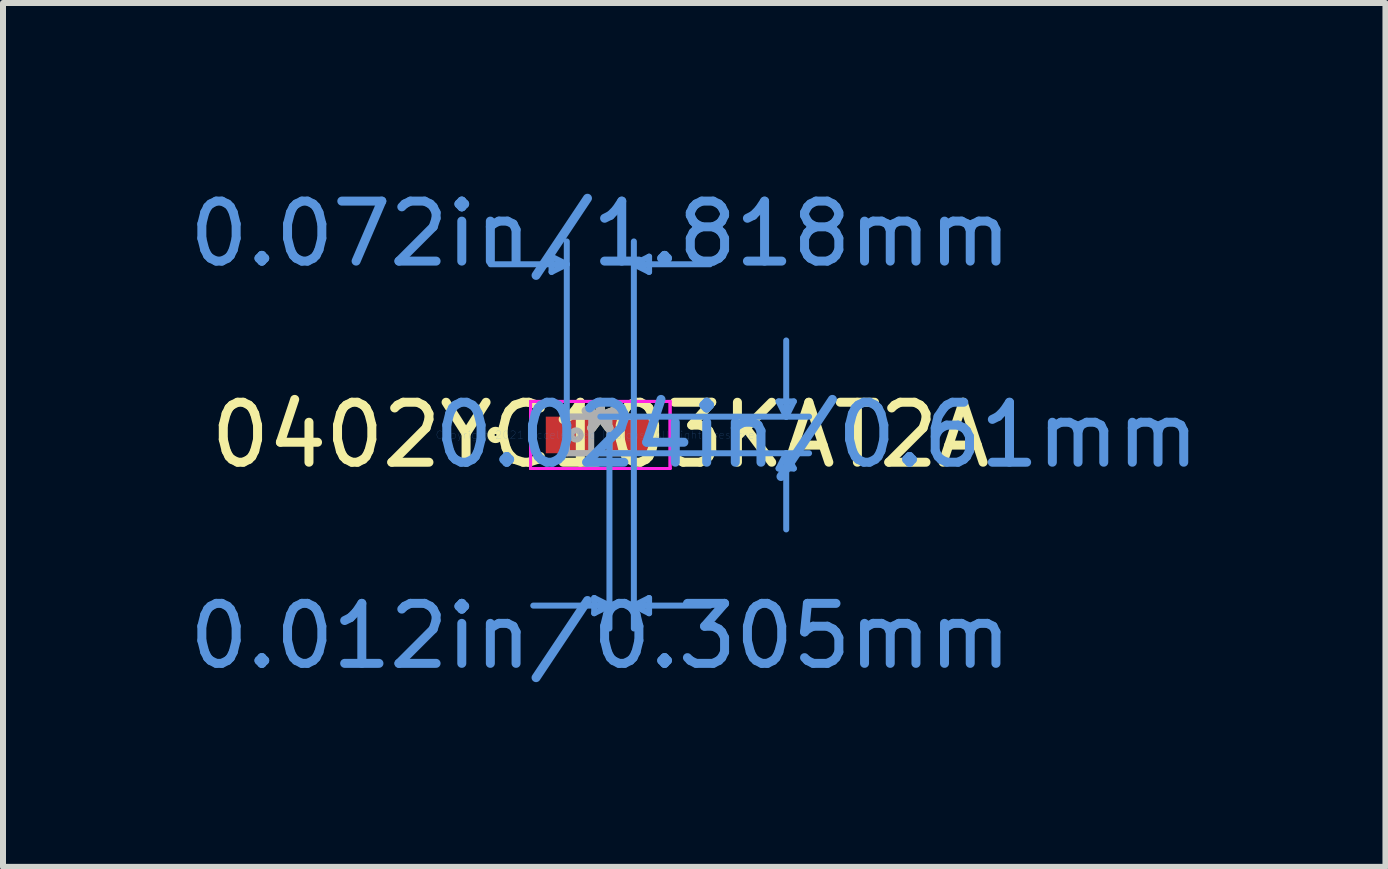
<source format=kicad_pcb>
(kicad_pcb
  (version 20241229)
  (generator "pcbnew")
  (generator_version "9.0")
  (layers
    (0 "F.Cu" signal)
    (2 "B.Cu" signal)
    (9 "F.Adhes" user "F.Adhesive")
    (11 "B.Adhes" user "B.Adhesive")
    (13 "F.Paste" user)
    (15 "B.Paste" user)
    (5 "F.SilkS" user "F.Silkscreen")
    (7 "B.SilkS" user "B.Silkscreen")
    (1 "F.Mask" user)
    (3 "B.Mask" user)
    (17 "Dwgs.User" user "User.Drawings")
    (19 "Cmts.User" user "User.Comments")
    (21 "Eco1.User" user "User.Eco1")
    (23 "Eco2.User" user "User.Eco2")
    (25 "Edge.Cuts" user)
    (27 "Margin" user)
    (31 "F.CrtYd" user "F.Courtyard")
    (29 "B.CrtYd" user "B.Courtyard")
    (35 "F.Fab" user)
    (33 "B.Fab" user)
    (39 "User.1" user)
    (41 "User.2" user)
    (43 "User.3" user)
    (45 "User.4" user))
  (footprint "0402YC103KAT2A"
    (layer "F.Cu")
    (at 6.958 4.201)
    (property "Reference" "0402YC103KAT2A" (at 0 0 0) (layer "F.SilkS") (effects (font (size 1 1) (thickness 0.15))))
    (attr through_hole)
    (fp_circle (center -1.747 0) (end -1.671 0) (stroke (width 0.12) (type solid)) (fill no) (layer "F.SilkS"))
    (fp_line (start -0.813 -2.972) (end -0.813 -2.718) (stroke (width 0.1) (type solid)) (layer "Cmts.User"))
    (fp_line (start -0.559 -2.845) (end -1.829 -2.845) (stroke (width 0.1) (type solid)) (layer "Cmts.User"))
    (fp_line (start -0.559 -2.845) (end -0.813 -2.972) (stroke (width 0.1) (type solid)) (layer "Cmts.User"))
    (fp_line (start -0.559 -2.845) (end -0.813 -2.718) (stroke (width 0.1) (type solid)) (layer "Cmts.User"))
    (fp_line (start -0.559 0) (end -0.559 -3.226) (stroke (width 0.1) (type solid)) (layer "Cmts.User"))
    (fp_line (start -0.102 2.718) (end -0.102 2.972) (stroke (width 0.1) (type solid)) (layer "Cmts.User"))
    (fp_line (start 0 -0.305) (end 3.48 -0.305) (stroke (width 0.1) (type solid)) (layer "Cmts.User"))
    (fp_line (start 0 0.305) (end 3.48 0.305) (stroke (width 0.1) (type solid)) (layer "Cmts.User"))
    (fp_line (start 0.152 0) (end 0.152 3.226) (stroke (width 0.1) (type solid)) (layer "Cmts.User"))
    (fp_line (start 0.152 2.845) (end -1.118 2.845) (stroke (width 0.1) (type solid)) (layer "Cmts.User"))
    (fp_line (start 0.152 2.845) (end -0.102 2.718) (stroke (width 0.1) (type solid)) (layer "Cmts.User"))
    (fp_line (start 0.152 2.845) (end -0.102 2.972) (stroke (width 0.1) (type solid)) (layer "Cmts.User"))
    (fp_line (start 0.559 -2.845) (end 0.813 -2.972) (stroke (width 0.1) (type solid)) (layer "Cmts.User"))
    (fp_line (start 0.559 -2.845) (end 0.813 -2.718) (stroke (width 0.1) (type solid)) (layer "Cmts.User"))
    (fp_line (start 0.559 -2.845) (end 1.829 -2.845) (stroke (width 0.1) (type solid)) (layer "Cmts.User"))
    (fp_line (start 0.559 0) (end 0.559 -3.226) (stroke (width 0.1) (type solid)) (layer "Cmts.User"))
    (fp_line (start 0.559 0) (end 0.559 3.226) (stroke (width 0.1) (type solid)) (layer "Cmts.User"))
    (fp_line (start 0.559 2.845) (end 0.813 2.718) (stroke (width 0.1) (type solid)) (layer "Cmts.User"))
    (fp_line (start 0.559 2.845) (end 0.813 2.972) (stroke (width 0.1) (type solid)) (layer "Cmts.User"))
    (fp_line (start 0.559 2.845) (end 1.829 2.845) (stroke (width 0.1) (type solid)) (layer "Cmts.User"))
    (fp_line (start 0.813 -2.972) (end 0.813 -2.718) (stroke (width 0.1) (type solid)) (layer "Cmts.User"))
    (fp_line (start 0.813 2.718) (end 0.813 2.972) (stroke (width 0.1) (type solid)) (layer "Cmts.User"))
    (fp_line (start 2.972 -0.559) (end 3.226 -0.559) (stroke (width 0.1) (type solid)) (layer "Cmts.User"))
    (fp_line (start 2.972 0.559) (end 3.226 0.559) (stroke (width 0.1) (type solid)) (layer "Cmts.User"))
    (fp_line (start 3.099 -0.305) (end 2.972 -0.559) (stroke (width 0.1) (type solid)) (layer "Cmts.User"))
    (fp_line (start 3.099 -0.305) (end 3.099 -1.575) (stroke (width 0.1) (type solid)) (layer "Cmts.User"))
    (fp_line (start 3.099 -0.305) (end 3.226 -0.559) (stroke (width 0.1) (type solid)) (layer "Cmts.User"))
    (fp_line (start 3.099 0.305) (end 2.972 0.559) (stroke (width 0.1) (type solid)) (layer "Cmts.User"))
    (fp_line (start 3.099 0.305) (end 3.099 1.575) (stroke (width 0.1) (type solid)) (layer "Cmts.User"))
    (fp_line (start 3.099 0.305) (end 3.226 0.559) (stroke (width 0.1) (type solid)) (layer "Cmts.User"))
    (fp_line (start -1.163 -0.559) (end 1.163 -0.559) (stroke (width 0.05) (type solid)) (layer "F.CrtYd"))
    (fp_line (start -1.163 -0.559) (end 1.163 -0.559) (stroke (width 0.05) (type solid)) (layer "F.CrtYd"))
    (fp_line (start -1.163 0.559) (end -1.163 -0.559) (stroke (width 0.05) (type solid)) (layer "F.CrtYd"))
    (fp_line (start -1.163 0.559) (end -1.163 -0.559) (stroke (width 0.05) (type solid)) (layer "F.CrtYd"))
    (fp_line (start 1.163 -0.559) (end 1.163 0.559) (stroke (width 0.05) (type solid)) (layer "F.CrtYd"))
    (fp_line (start 1.163 -0.559) (end 1.163 0.559) (stroke (width 0.05) (type solid)) (layer "F.CrtYd"))
    (fp_line (start 1.163 0.559) (end -1.163 0.559) (stroke (width 0.05) (type solid)) (layer "F.CrtYd"))
    (fp_line (start 1.163 0.559) (end -1.163 0.559) (stroke (width 0.05) (type solid)) (layer "F.CrtYd"))
    (fp_line (start -0.559 -0.305) (end -0.559 0.305) (stroke (width 0.1) (type solid)) (layer "F.Fab"))
    (fp_line (start -0.559 -0.305) (end -0.559 0.305) (stroke (width 0.1) (type solid)) (layer "F.Fab"))
    (fp_line (start -0.559 0.305) (end -0.152 0.305) (stroke (width 0.1) (type solid)) (layer "F.Fab"))
    (fp_line (start -0.559 0.305) (end 0.559 0.305) (stroke (width 0.1) (type solid)) (layer "F.Fab"))
    (fp_line (start -0.152 -0.305) (end -0.559 -0.305) (stroke (width 0.1) (type solid)) (layer "F.Fab"))
    (fp_line (start -0.152 0.305) (end -0.152 -0.305) (stroke (width 0.1) (type solid)) (layer "F.Fab"))
    (fp_line (start 0.152 -0.305) (end 0.152 0.305) (stroke (width 0.1) (type solid)) (layer "F.Fab"))
    (fp_line (start 0.152 0.305) (end 0.559 0.305) (stroke (width 0.1) (type solid)) (layer "F.Fab"))
    (fp_line (start 0.559 -0.305) (end -0.559 -0.305) (stroke (width 0.1) (type solid)) (layer "F.Fab"))
    (fp_line (start 0.559 -0.305) (end 0.152 -0.305) (stroke (width 0.1) (type solid)) (layer "F.Fab"))
    (fp_line (start 0.559 0.305) (end 0.559 -0.305) (stroke (width 0.1) (type solid)) (layer "F.Fab"))
    (fp_line (start 0.559 0.305) (end 0.559 -0.305) (stroke (width 0.1) (type solid)) (layer "F.Fab"))
    (fp_circle (center -0.404 0) (end -0.327 0) (stroke (width 0.1) (type solid)) (fill no) (layer "F.Fab"))
    (fp_text user "*" (at 0 0 0) (layer "F.SilkS") (effects (font (size 1 1) (thickness 0.15))))
    (fp_text user "0.072in/1.818mm" (at 0 -3.353 0) (layer "Cmts.User") (effects (font (size 1 1) (thickness 0.15))))
    (fp_text user "0.012in/0.305mm" (at 0 3.353 0) (layer "Cmts.User") (effects (font (size 1 1) (thickness 0.15))))
    (fp_text user "0.024in/0.61mm" (at 3.607 0 0) (layer "Cmts.User") (effects (font (size 1 1) (thickness 0.15))))
    (fp_text user "Copyright 2021 Accelerated Designs. All rights reserved." (at 0 0 0) (layer "Cmts.User") (effects (font (size 0.127 0.127) (thickness 0.002))))
    (fp_text user "*" (at 0 0 0) (layer "F.Fab") (effects (font (size 1 1) (thickness 0.15))))
    (pad "1" smd rect (at -0.531 0) (size 0.756 0.61) (layers "F.Cu" "F.Mask" "F.Paste"))
    (pad "2" smd rect (at 0.531 0) (size 0.756 0.61) (layers "F.Cu" "F.Mask" "F.Paste")))
  (gr_rect
    (start -3 -3)
    (end 20.047 11.402)
    (stroke (width 0.1) (type default))
    (fill no)
    (layer "Edge.Cuts")))
</source>
